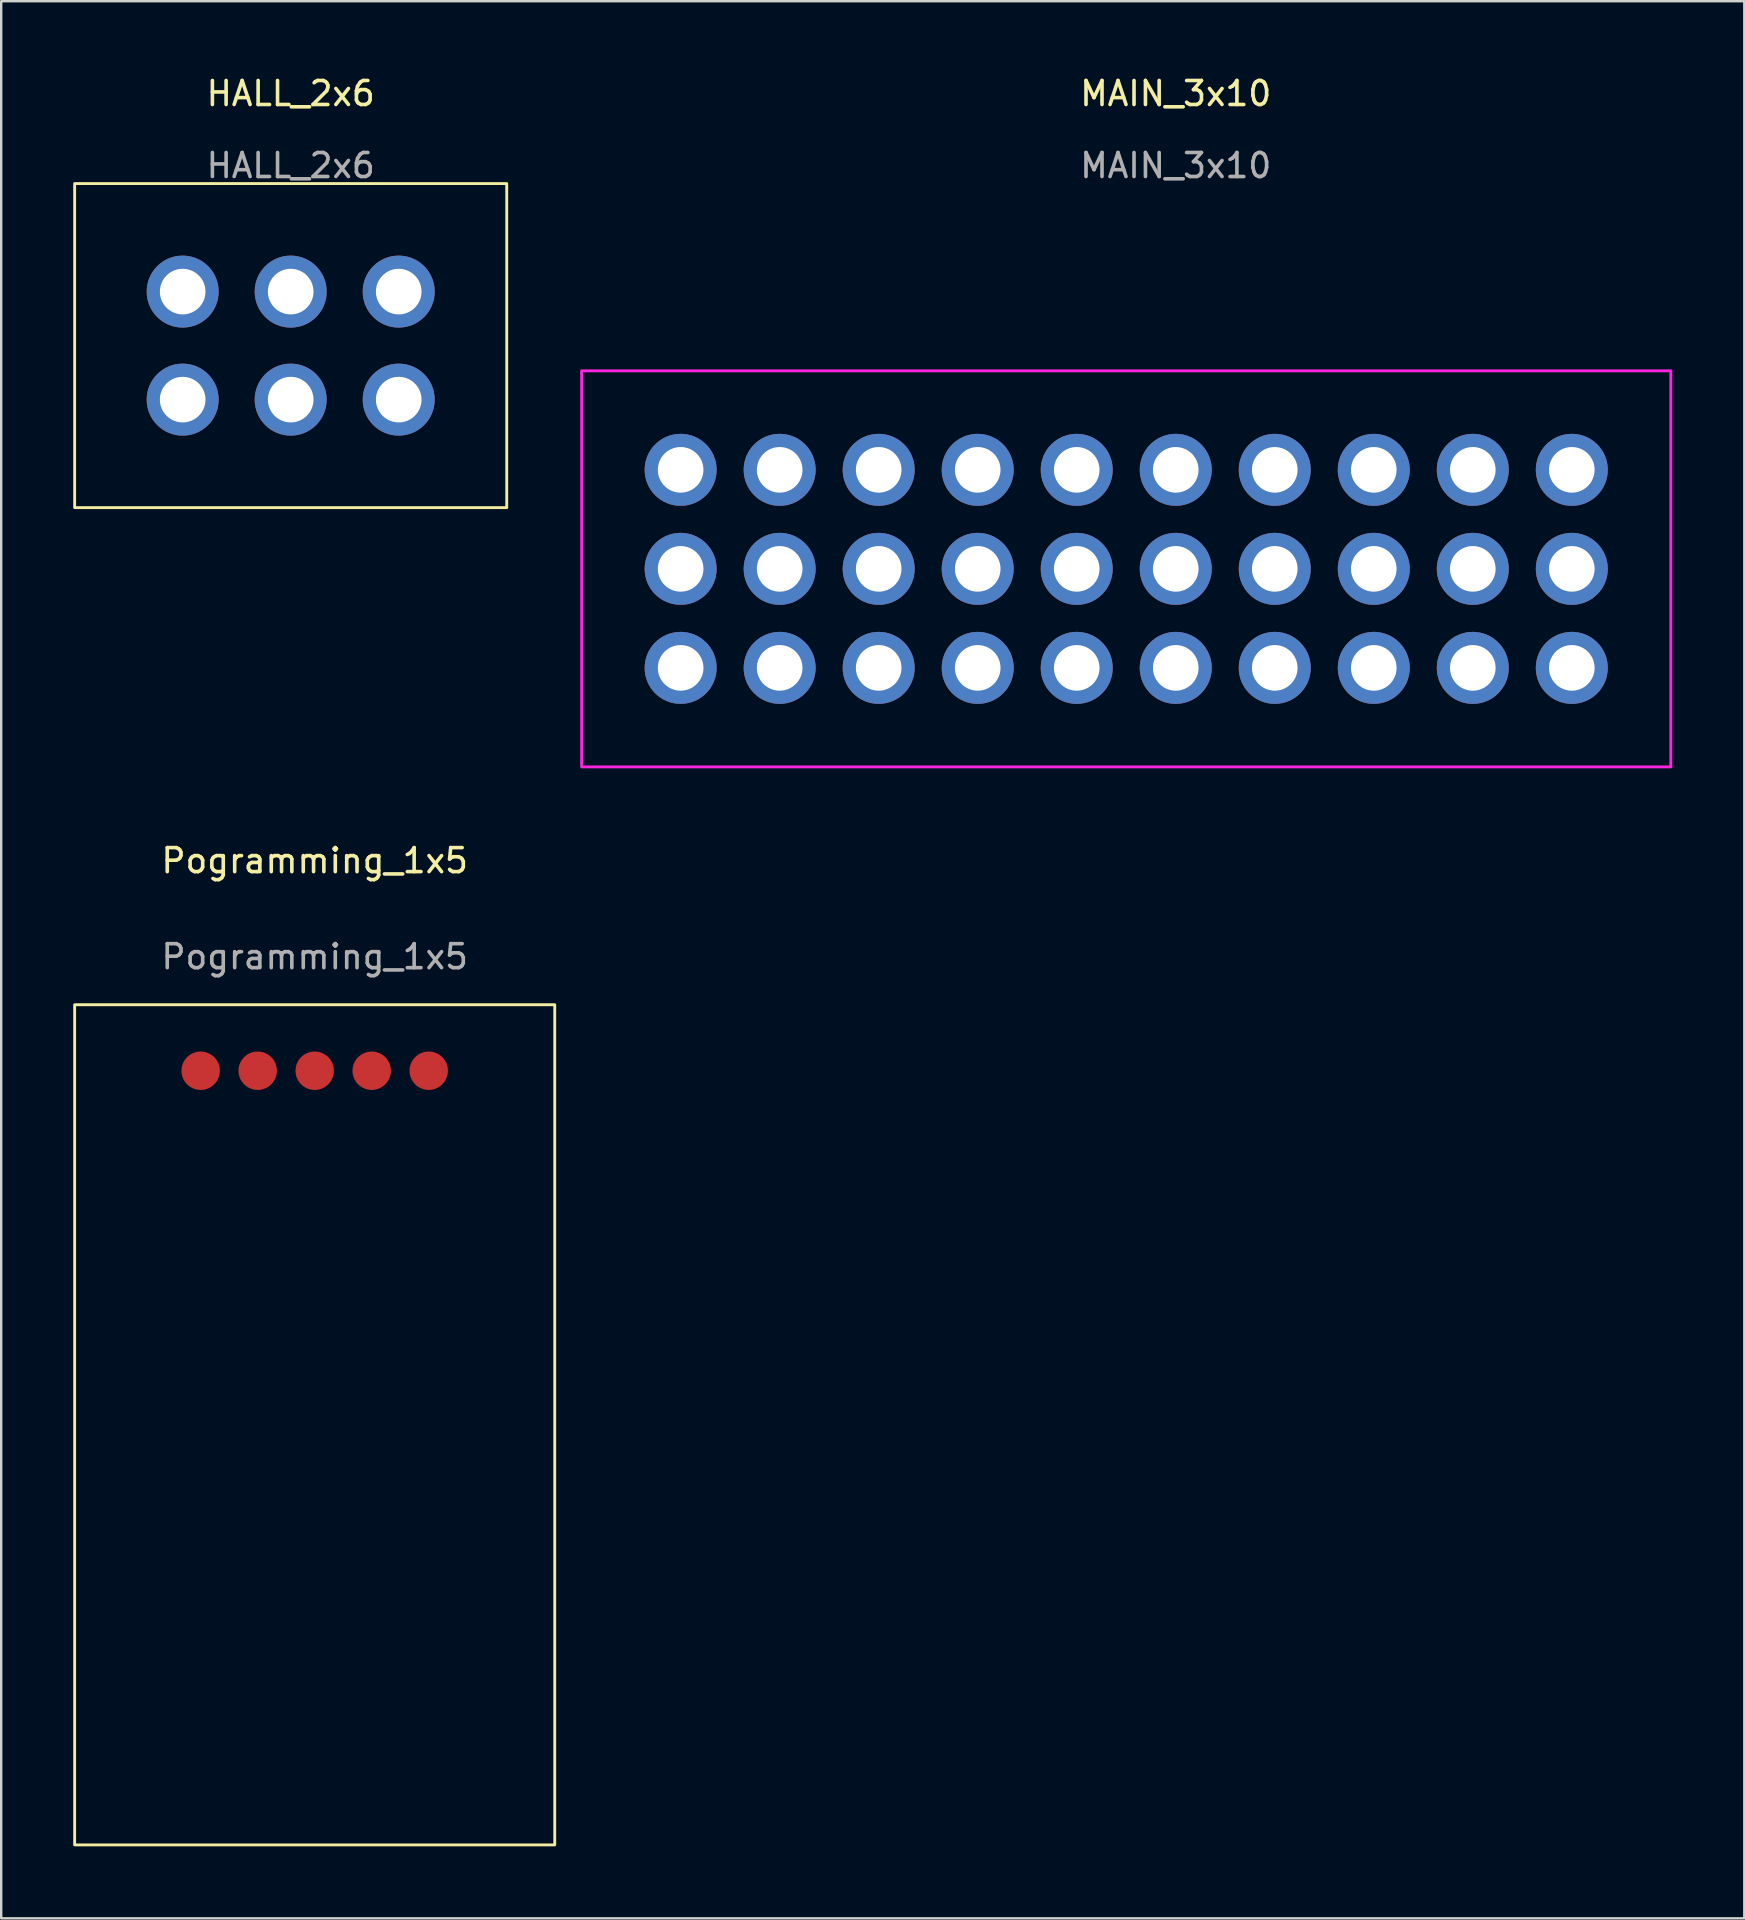
<source format=kicad_pcb>
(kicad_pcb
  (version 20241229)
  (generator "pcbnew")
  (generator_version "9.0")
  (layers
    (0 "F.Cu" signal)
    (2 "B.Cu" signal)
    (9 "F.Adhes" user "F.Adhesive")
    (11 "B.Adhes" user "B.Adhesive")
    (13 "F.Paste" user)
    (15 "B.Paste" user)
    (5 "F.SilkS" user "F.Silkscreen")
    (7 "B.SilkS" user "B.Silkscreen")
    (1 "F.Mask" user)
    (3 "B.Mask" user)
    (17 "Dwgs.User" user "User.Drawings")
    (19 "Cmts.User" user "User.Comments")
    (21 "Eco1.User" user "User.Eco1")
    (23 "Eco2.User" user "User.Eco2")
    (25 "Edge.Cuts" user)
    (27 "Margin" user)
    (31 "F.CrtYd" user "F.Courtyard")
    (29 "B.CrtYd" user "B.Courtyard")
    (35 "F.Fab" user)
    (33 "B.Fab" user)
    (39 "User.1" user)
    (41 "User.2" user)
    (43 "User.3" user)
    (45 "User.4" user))
  (footprint "MAIN_3x10"
    (layer "F.Cu")
    (at 45.93 20.648)
    (property "Reference" "MAIN_3x10" (at 0 -19.8 0) (unlocked yes) (layer "F.SilkS") (effects (font (size 1 1) (thickness 0.15))))
    (attr through_hole)
    (fp_rect (start -24.75 -8.25) (end 20.625 8.25) (stroke (width 0.12) (type solid)) (fill no) (layer "F.CrtYd"))
    (fp_text user "${REFERENCE}" (at 0 -16.8 0) (unlocked yes) (layer "F.Fab") (effects (font (size 1 1) (thickness 0.15))))
    (pad "1" thru_hole circle (at -20.625 -4.125) (size 3 3) (drill 1.9) (layers "*.Cu" "*.Mask"))
    (pad "2" thru_hole circle (at -16.5 -4.125) (size 3 3) (drill 1.9) (layers "*.Cu" "*.Mask"))
    (pad "3" thru_hole circle (at -12.375 -4.125) (size 3 3) (drill 1.9) (layers "*.Cu" "*.Mask"))
    (pad "4" thru_hole circle (at -8.25 -4.125) (size 3 3) (drill 1.9) (layers "*.Cu" "*.Mask"))
    (pad "5" thru_hole circle (at -4.125 -4.125) (size 3 3) (drill 1.9) (layers "*.Cu" "*.Mask"))
    (pad "6" thru_hole circle (at 0 -4.125) (size 3 3) (drill 1.9) (layers "*.Cu" "*.Mask"))
    (pad "7" thru_hole circle (at 4.125 -4.125) (size 3 3) (drill 1.9) (layers "*.Cu" "*.Mask"))
    (pad "8" thru_hole circle (at 8.25 -4.125) (size 3 3) (drill 1.9) (layers "*.Cu" "*.Mask"))
    (pad "9" thru_hole circle (at 12.375 -4.125) (size 3 3) (drill 1.9) (layers "*.Cu" "*.Mask"))
    (pad "10" thru_hole circle (at 16.5 -4.125) (size 3 3) (drill 1.9) (layers "*.Cu" "*.Mask"))
    (pad "11" thru_hole circle (at -20.625 0) (size 3 3) (drill 1.9) (layers "*.Cu" "*.Mask"))
    (pad "12" thru_hole circle (at -16.5 0) (size 3 3) (drill 1.9) (layers "*.Cu" "*.Mask"))
    (pad "13" thru_hole circle (at -12.375 0) (size 3 3) (drill 1.9) (layers "*.Cu" "*.Mask"))
    (pad "14" thru_hole circle (at -8.25 0) (size 3 3) (drill 1.9) (layers "*.Cu" "*.Mask"))
    (pad "15" thru_hole circle (at -4.125 0) (size 3 3) (drill 1.9) (layers "*.Cu" "*.Mask"))
    (pad "16" thru_hole circle (at 0 0) (size 3 3) (drill 1.9) (layers "*.Cu" "*.Mask"))
    (pad "17" thru_hole circle (at 4.125 0) (size 3 3) (drill 1.9) (layers "*.Cu" "*.Mask"))
    (pad "18" thru_hole circle (at 8.25 0) (size 3 3) (drill 1.9) (layers "*.Cu" "*.Mask"))
    (pad "19" thru_hole circle (at 12.375 0) (size 3 3) (drill 1.9) (layers "*.Cu" "*.Mask"))
    (pad "20" thru_hole circle (at 16.5 0) (size 3 3) (drill 1.9) (layers "*.Cu" "*.Mask"))
    (pad "21" thru_hole circle (at -20.625 4.125) (size 3 3) (drill 1.9) (layers "*.Cu" "*.Mask"))
    (pad "22" thru_hole circle (at -16.5 4.125) (size 3 3) (drill 1.9) (layers "*.Cu" "*.Mask"))
    (pad "23" thru_hole circle (at -12.375 4.125) (size 3 3) (drill 1.9) (layers "*.Cu" "*.Mask"))
    (pad "24" thru_hole circle (at -8.25 4.125) (size 3 3) (drill 1.9) (layers "*.Cu" "*.Mask"))
    (pad "25" thru_hole circle (at -4.125 4.125) (size 3 3) (drill 1.9) (layers "*.Cu" "*.Mask"))
    (pad "26" thru_hole circle (at 0 4.125) (size 3 3) (drill 1.9) (layers "*.Cu" "*.Mask"))
    (pad "27" thru_hole circle (at 4.125 4.125) (size 3 3) (drill 1.9) (layers "*.Cu" "*.Mask"))
    (pad "28" thru_hole circle (at 8.25 4.125) (size 3 3) (drill 1.9) (layers "*.Cu" "*.Mask"))
    (pad "29" thru_hole circle (at 12.375 4.125) (size 3 3) (drill 1.9) (layers "*.Cu" "*.Mask"))
    (pad "30" thru_hole circle (at 16.5 4.125) (size 3 3) (drill 1.9) (layers "*.Cu" "*.Mask")))
  (footprint "Pogramming_1x5"
    (layer "F.Cu")
    (at 10.06 36.806)
    (property "Reference" "Pogramming_1x5" (at 0 -4 0) (unlocked yes) (layer "F.SilkS") (effects (font (size 1 1) (thickness 0.15))))
    (attr through_hole)
    (fp_rect (start -10 2) (end 10 37) (stroke (width 0.12) (type solid)) (fill no) (layer "F.SilkS"))
    (fp_text user "${REFERENCE}" (at 0 0 0) (unlocked yes) (layer "F.Fab") (effects (font (size 1 1) (thickness 0.15))))
    (pad "1" smd circle (at -4.75 4.75) (size 1.6 1.6) (layers "F.Cu" "F.Mask" "F.Paste"))
    (pad "2" smd circle (at -2.375 4.75) (size 1.6 1.6) (layers "F.Cu" "F.Mask" "F.Paste"))
    (pad "3" smd circle (at 0 4.75) (size 1.6 1.6) (layers "F.Cu" "F.Mask" "F.Paste"))
    (pad "4" smd circle (at 2.375 4.75) (size 1.6 1.6) (layers "F.Cu" "F.Mask" "F.Paste"))
    (pad "5" smd circle (at 4.75 4.75) (size 1.6 1.6) (layers "F.Cu" "F.Mask" "F.Paste"))
    (zone (net_name "") (layer "F.SilkS") (hatch full 0.508) (connect_pads) (min_thickness 0.254) (filled_areas_thickness no) (keepout (tracks allowed) (vias allowed) (pads not_allowed) (copperpour allowed) (footprints not_allowed)) (placement (enabled no)) (fill) (polygon (pts (xy 20.06 73.806) (xy 0.06 73.806) (xy 0.06 43.806) (xy 20.06 43.806)))))
  (footprint "HALL_2x6"
    (layer "F.Cu")
    (at 9.06 9.098)
    (property "Reference" "HALL_2x6" (at 0 -8.25 0) (unlocked yes) (layer "F.SilkS") (effects (font (size 1 1) (thickness 0.15))))
    (attr through_hole)
    (fp_rect (start -9 -4.5) (end 9 9) (stroke (width 0.12) (type solid)) (fill no) (layer "F.SilkS"))
    (fp_text user "${REFERENCE}" (at 0 -5.25 0) (unlocked yes) (layer "F.Fab") (effects (font (size 1 1) (thickness 0.15))))
    (pad "1" thru_hole circle (at -4.5 0) (size 3 3) (drill 1.9) (layers "*.Cu" "*.Mask"))
    (pad "2" thru_hole circle (at 0 0) (size 3 3) (drill 1.9) (layers "*.Cu" "*.Mask"))
    (pad "3" thru_hole circle (at 4.5 0) (size 3 3) (drill 1.9) (layers "*.Cu" "*.Mask"))
    (pad "4" thru_hole circle (at -4.5 4.5) (size 3 3) (drill 1.9) (layers "*.Cu" "*.Mask"))
    (pad "5" thru_hole circle (at 0 4.5) (size 3 3) (drill 1.9) (layers "*.Cu" "*.Mask"))
    (pad "6" thru_hole circle (at 4.5 4.5) (size 3 3) (drill 1.9) (layers "*.Cu" "*.Mask")))
  (gr_rect
    (start -3 -3)
    (end 69.615 76.867)
    (stroke (width 0.1) (type default))
    (fill no)
    (layer "Edge.Cuts")))
</source>
